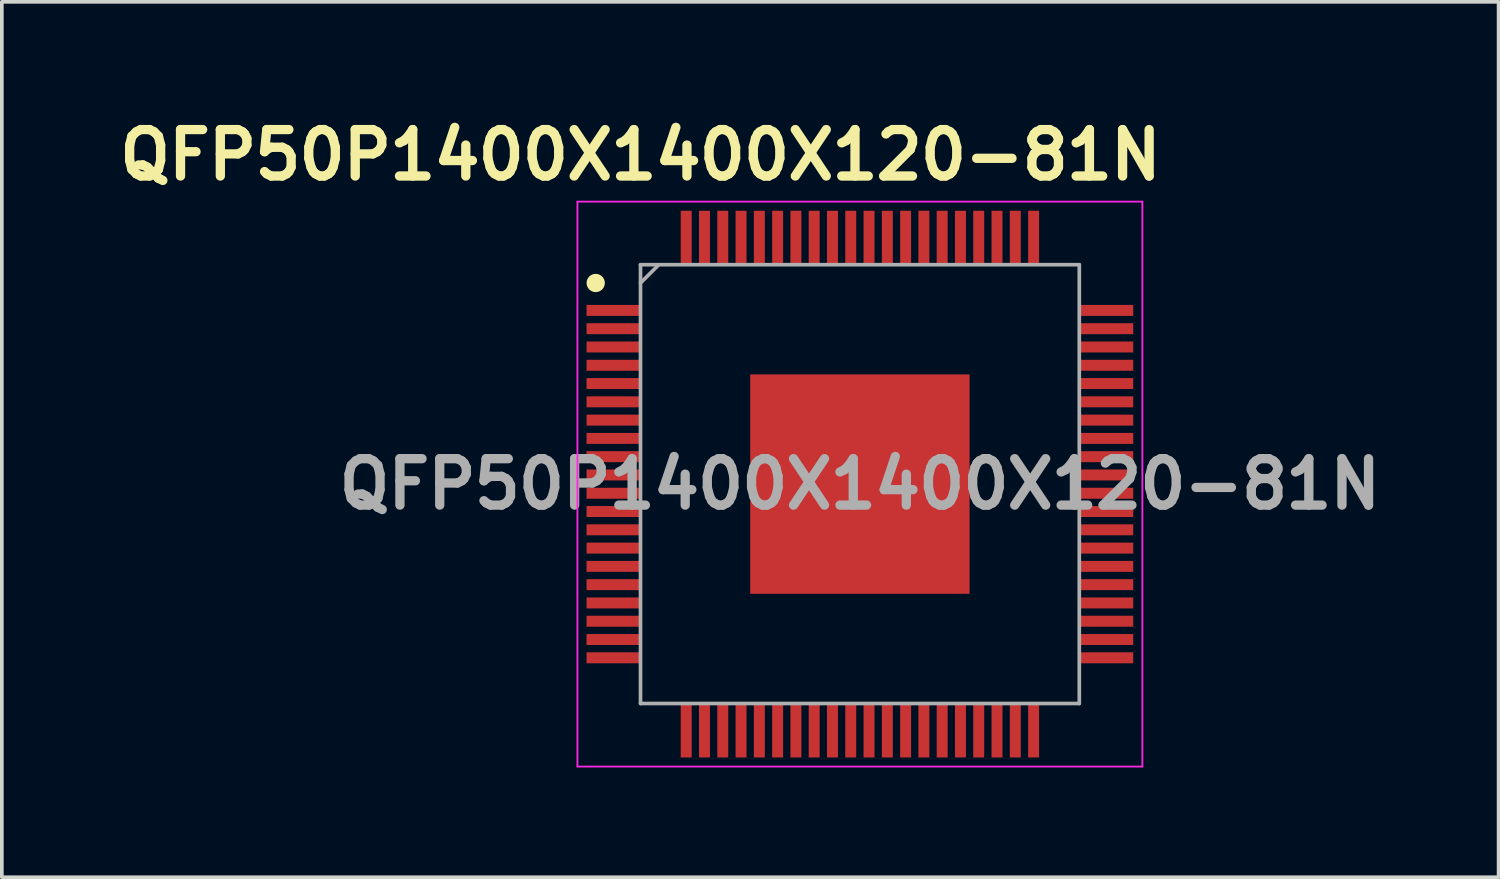
<source format=kicad_pcb>
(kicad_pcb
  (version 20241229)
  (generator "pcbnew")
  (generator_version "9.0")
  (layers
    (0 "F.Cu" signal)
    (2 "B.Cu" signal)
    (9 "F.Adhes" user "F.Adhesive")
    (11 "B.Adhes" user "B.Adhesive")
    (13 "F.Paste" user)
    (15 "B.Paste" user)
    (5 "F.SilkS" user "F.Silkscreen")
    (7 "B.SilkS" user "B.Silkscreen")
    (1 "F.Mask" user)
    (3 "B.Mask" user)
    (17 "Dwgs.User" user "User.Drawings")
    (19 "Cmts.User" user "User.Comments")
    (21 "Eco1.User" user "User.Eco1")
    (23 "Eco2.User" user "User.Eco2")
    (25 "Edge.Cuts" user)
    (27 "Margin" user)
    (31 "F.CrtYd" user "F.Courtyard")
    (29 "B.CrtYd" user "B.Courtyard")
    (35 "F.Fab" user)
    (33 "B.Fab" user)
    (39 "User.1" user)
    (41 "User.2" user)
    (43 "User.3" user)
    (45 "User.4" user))
  (footprint "QFP50P1400X1400X120-81N"
    (layer "F.Cu")
    (at 20.466 10.189)
    (property "Reference" "QFP50P1400X1400X120-81N" (at -6 -9 0) (layer "F.SilkS") (effects (font (size 1.27 1.27) (thickness 0.254))))
    (attr smd)
    (fp_circle (center -7.225 -5.5) (end -7.225 -5.375) (stroke (width 0.25) (type solid)) (fill no) (layer "F.SilkS"))
    (fp_line (start -7.725 -7.725) (end 7.725 -7.725) (stroke (width 0.05) (type solid)) (layer "F.CrtYd"))
    (fp_line (start -7.725 7.725) (end -7.725 -7.725) (stroke (width 0.05) (type solid)) (layer "F.CrtYd"))
    (fp_line (start 7.725 -7.725) (end 7.725 7.725) (stroke (width 0.05) (type solid)) (layer "F.CrtYd"))
    (fp_line (start 7.725 7.725) (end -7.725 7.725) (stroke (width 0.05) (type solid)) (layer "F.CrtYd"))
    (fp_line (start -6 -6) (end 6 -6) (stroke (width 0.1) (type solid)) (layer "F.Fab"))
    (fp_line (start -6 -5.5) (end -5.5 -6) (stroke (width 0.1) (type solid)) (layer "F.Fab"))
    (fp_line (start -6 6) (end -6 -6) (stroke (width 0.1) (type solid)) (layer "F.Fab"))
    (fp_line (start 6 -6) (end 6 6) (stroke (width 0.1) (type solid)) (layer "F.Fab"))
    (fp_line (start 6 6) (end -6 6) (stroke (width 0.1) (type solid)) (layer "F.Fab"))
    (fp_text user "${REFERENCE}" (at 0 0 0) (layer "F.Fab") (effects (font (size 1.27 1.27) (thickness 0.254))))
    (pad "1" smd rect (at -6.738 -4.75 90) (size 0.3 1.475) (layers "F.Cu" "F.Mask" "F.Paste"))
    (pad "2" smd rect (at -6.738 -4.25 90) (size 0.3 1.475) (layers "F.Cu" "F.Mask" "F.Paste"))
    (pad "3" smd rect (at -6.738 -3.75 90) (size 0.3 1.475) (layers "F.Cu" "F.Mask" "F.Paste"))
    (pad "4" smd rect (at -6.738 -3.25 90) (size 0.3 1.475) (layers "F.Cu" "F.Mask" "F.Paste"))
    (pad "5" smd rect (at -6.738 -2.75 90) (size 0.3 1.475) (layers "F.Cu" "F.Mask" "F.Paste"))
    (pad "6" smd rect (at -6.738 -2.25 90) (size 0.3 1.475) (layers "F.Cu" "F.Mask" "F.Paste"))
    (pad "7" smd rect (at -6.738 -1.75 90) (size 0.3 1.475) (layers "F.Cu" "F.Mask" "F.Paste"))
    (pad "8" smd rect (at -6.738 -1.25 90) (size 0.3 1.475) (layers "F.Cu" "F.Mask" "F.Paste"))
    (pad "9" smd rect (at -6.738 -0.75 90) (size 0.3 1.475) (layers "F.Cu" "F.Mask" "F.Paste"))
    (pad "10" smd rect (at -6.738 -0.25 90) (size 0.3 1.475) (layers "F.Cu" "F.Mask" "F.Paste"))
    (pad "11" smd rect (at -6.738 0.25 90) (size 0.3 1.475) (layers "F.Cu" "F.Mask" "F.Paste"))
    (pad "12" smd rect (at -6.738 0.75 90) (size 0.3 1.475) (layers "F.Cu" "F.Mask" "F.Paste"))
    (pad "13" smd rect (at -6.738 1.25 90) (size 0.3 1.475) (layers "F.Cu" "F.Mask" "F.Paste"))
    (pad "14" smd rect (at -6.738 1.75 90) (size 0.3 1.475) (layers "F.Cu" "F.Mask" "F.Paste"))
    (pad "15" smd rect (at -6.738 2.25 90) (size 0.3 1.475) (layers "F.Cu" "F.Mask" "F.Paste"))
    (pad "16" smd rect (at -6.738 2.75 90) (size 0.3 1.475) (layers "F.Cu" "F.Mask" "F.Paste"))
    (pad "17" smd rect (at -6.738 3.25 90) (size 0.3 1.475) (layers "F.Cu" "F.Mask" "F.Paste"))
    (pad "18" smd rect (at -6.738 3.75 90) (size 0.3 1.475) (layers "F.Cu" "F.Mask" "F.Paste"))
    (pad "19" smd rect (at -6.738 4.25 90) (size 0.3 1.475) (layers "F.Cu" "F.Mask" "F.Paste"))
    (pad "20" smd rect (at -6.738 4.75 90) (size 0.3 1.475) (layers "F.Cu" "F.Mask" "F.Paste"))
    (pad "21" smd rect (at -4.75 6.738) (size 0.3 1.475) (layers "F.Cu" "F.Mask" "F.Paste"))
    (pad "22" smd rect (at -4.25 6.738) (size 0.3 1.475) (layers "F.Cu" "F.Mask" "F.Paste"))
    (pad "23" smd rect (at -3.75 6.738) (size 0.3 1.475) (layers "F.Cu" "F.Mask" "F.Paste"))
    (pad "24" smd rect (at -3.25 6.738) (size 0.3 1.475) (layers "F.Cu" "F.Mask" "F.Paste"))
    (pad "25" smd rect (at -2.75 6.738) (size 0.3 1.475) (layers "F.Cu" "F.Mask" "F.Paste"))
    (pad "26" smd rect (at -2.25 6.738) (size 0.3 1.475) (layers "F.Cu" "F.Mask" "F.Paste"))
    (pad "27" smd rect (at -1.75 6.738) (size 0.3 1.475) (layers "F.Cu" "F.Mask" "F.Paste"))
    (pad "28" smd rect (at -1.25 6.738) (size 0.3 1.475) (layers "F.Cu" "F.Mask" "F.Paste"))
    (pad "29" smd rect (at -0.75 6.738) (size 0.3 1.475) (layers "F.Cu" "F.Mask" "F.Paste"))
    (pad "30" smd rect (at -0.25 6.738) (size 0.3 1.475) (layers "F.Cu" "F.Mask" "F.Paste"))
    (pad "31" smd rect (at 0.25 6.738) (size 0.3 1.475) (layers "F.Cu" "F.Mask" "F.Paste"))
    (pad "32" smd rect (at 0.75 6.738) (size 0.3 1.475) (layers "F.Cu" "F.Mask" "F.Paste"))
    (pad "33" smd rect (at 1.25 6.738) (size 0.3 1.475) (layers "F.Cu" "F.Mask" "F.Paste"))
    (pad "34" smd rect (at 1.75 6.738) (size 0.3 1.475) (layers "F.Cu" "F.Mask" "F.Paste"))
    (pad "35" smd rect (at 2.25 6.738) (size 0.3 1.475) (layers "F.Cu" "F.Mask" "F.Paste"))
    (pad "36" smd rect (at 2.75 6.738) (size 0.3 1.475) (layers "F.Cu" "F.Mask" "F.Paste"))
    (pad "37" smd rect (at 3.25 6.738) (size 0.3 1.475) (layers "F.Cu" "F.Mask" "F.Paste"))
    (pad "38" smd rect (at 3.75 6.738) (size 0.3 1.475) (layers "F.Cu" "F.Mask" "F.Paste"))
    (pad "39" smd rect (at 4.25 6.738) (size 0.3 1.475) (layers "F.Cu" "F.Mask" "F.Paste"))
    (pad "40" smd rect (at 4.75 6.738) (size 0.3 1.475) (layers "F.Cu" "F.Mask" "F.Paste"))
    (pad "41" smd rect (at 6.738 4.75 90) (size 0.3 1.475) (layers "F.Cu" "F.Mask" "F.Paste"))
    (pad "42" smd rect (at 6.738 4.25 90) (size 0.3 1.475) (layers "F.Cu" "F.Mask" "F.Paste"))
    (pad "43" smd rect (at 6.738 3.75 90) (size 0.3 1.475) (layers "F.Cu" "F.Mask" "F.Paste"))
    (pad "44" smd rect (at 6.738 3.25 90) (size 0.3 1.475) (layers "F.Cu" "F.Mask" "F.Paste"))
    (pad "45" smd rect (at 6.738 2.75 90) (size 0.3 1.475) (layers "F.Cu" "F.Mask" "F.Paste"))
    (pad "46" smd rect (at 6.738 2.25 90) (size 0.3 1.475) (layers "F.Cu" "F.Mask" "F.Paste"))
    (pad "47" smd rect (at 6.738 1.75 90) (size 0.3 1.475) (layers "F.Cu" "F.Mask" "F.Paste"))
    (pad "48" smd rect (at 6.738 1.25 90) (size 0.3 1.475) (layers "F.Cu" "F.Mask" "F.Paste"))
    (pad "49" smd rect (at 6.738 0.75 90) (size 0.3 1.475) (layers "F.Cu" "F.Mask" "F.Paste"))
    (pad "50" smd rect (at 6.738 0.25 90) (size 0.3 1.475) (layers "F.Cu" "F.Mask" "F.Paste"))
    (pad "51" smd rect (at 6.738 -0.25 90) (size 0.3 1.475) (layers "F.Cu" "F.Mask" "F.Paste"))
    (pad "52" smd rect (at 6.738 -0.75 90) (size 0.3 1.475) (layers "F.Cu" "F.Mask" "F.Paste"))
    (pad "53" smd rect (at 6.738 -1.25 90) (size 0.3 1.475) (layers "F.Cu" "F.Mask" "F.Paste"))
    (pad "54" smd rect (at 6.738 -1.75 90) (size 0.3 1.475) (layers "F.Cu" "F.Mask" "F.Paste"))
    (pad "55" smd rect (at 6.738 -2.25 90) (size 0.3 1.475) (layers "F.Cu" "F.Mask" "F.Paste"))
    (pad "56" smd rect (at 6.738 -2.75 90) (size 0.3 1.475) (layers "F.Cu" "F.Mask" "F.Paste"))
    (pad "57" smd rect (at 6.738 -3.25 90) (size 0.3 1.475) (layers "F.Cu" "F.Mask" "F.Paste"))
    (pad "58" smd rect (at 6.738 -3.75 90) (size 0.3 1.475) (layers "F.Cu" "F.Mask" "F.Paste"))
    (pad "59" smd rect (at 6.738 -4.25 90) (size 0.3 1.475) (layers "F.Cu" "F.Mask" "F.Paste"))
    (pad "60" smd rect (at 6.738 -4.75 90) (size 0.3 1.475) (layers "F.Cu" "F.Mask" "F.Paste"))
    (pad "61" smd rect (at 4.75 -6.738) (size 0.3 1.475) (layers "F.Cu" "F.Mask" "F.Paste"))
    (pad "62" smd rect (at 4.25 -6.738) (size 0.3 1.475) (layers "F.Cu" "F.Mask" "F.Paste"))
    (pad "63" smd rect (at 3.75 -6.738) (size 0.3 1.475) (layers "F.Cu" "F.Mask" "F.Paste"))
    (pad "64" smd rect (at 3.25 -6.738) (size 0.3 1.475) (layers "F.Cu" "F.Mask" "F.Paste"))
    (pad "65" smd rect (at 2.75 -6.738) (size 0.3 1.475) (layers "F.Cu" "F.Mask" "F.Paste"))
    (pad "66" smd rect (at 2.25 -6.738) (size 0.3 1.475) (layers "F.Cu" "F.Mask" "F.Paste"))
    (pad "67" smd rect (at 1.75 -6.738) (size 0.3 1.475) (layers "F.Cu" "F.Mask" "F.Paste"))
    (pad "68" smd rect (at 1.25 -6.738) (size 0.3 1.475) (layers "F.Cu" "F.Mask" "F.Paste"))
    (pad "69" smd rect (at 0.75 -6.738) (size 0.3 1.475) (layers "F.Cu" "F.Mask" "F.Paste"))
    (pad "70" smd rect (at 0.25 -6.738) (size 0.3 1.475) (layers "F.Cu" "F.Mask" "F.Paste"))
    (pad "71" smd rect (at -0.25 -6.738) (size 0.3 1.475) (layers "F.Cu" "F.Mask" "F.Paste"))
    (pad "72" smd rect (at -0.75 -6.738) (size 0.3 1.475) (layers "F.Cu" "F.Mask" "F.Paste"))
    (pad "73" smd rect (at -1.25 -6.738) (size 0.3 1.475) (layers "F.Cu" "F.Mask" "F.Paste"))
    (pad "74" smd rect (at -1.75 -6.738) (size 0.3 1.475) (layers "F.Cu" "F.Mask" "F.Paste"))
    (pad "75" smd rect (at -2.25 -6.738) (size 0.3 1.475) (layers "F.Cu" "F.Mask" "F.Paste"))
    (pad "76" smd rect (at -2.75 -6.738) (size 0.3 1.475) (layers "F.Cu" "F.Mask" "F.Paste"))
    (pad "77" smd rect (at -3.25 -6.738) (size 0.3 1.475) (layers "F.Cu" "F.Mask" "F.Paste"))
    (pad "78" smd rect (at -3.75 -6.738) (size 0.3 1.475) (layers "F.Cu" "F.Mask" "F.Paste"))
    (pad "79" smd rect (at -4.25 -6.738) (size 0.3 1.475) (layers "F.Cu" "F.Mask" "F.Paste"))
    (pad "80" smd rect (at -4.75 -6.738) (size 0.3 1.475) (layers "F.Cu" "F.Mask" "F.Paste"))
    (pad "81" smd rect (at 0 0) (size 6 6) (layers "F.Cu" "F.Mask" "F.Paste")))
  (gr_rect
    (start -3 -3)
    (end 37.932 20.939)
    (stroke (width 0.1) (type default))
    (fill no)
    (layer "Edge.Cuts")))
</source>
